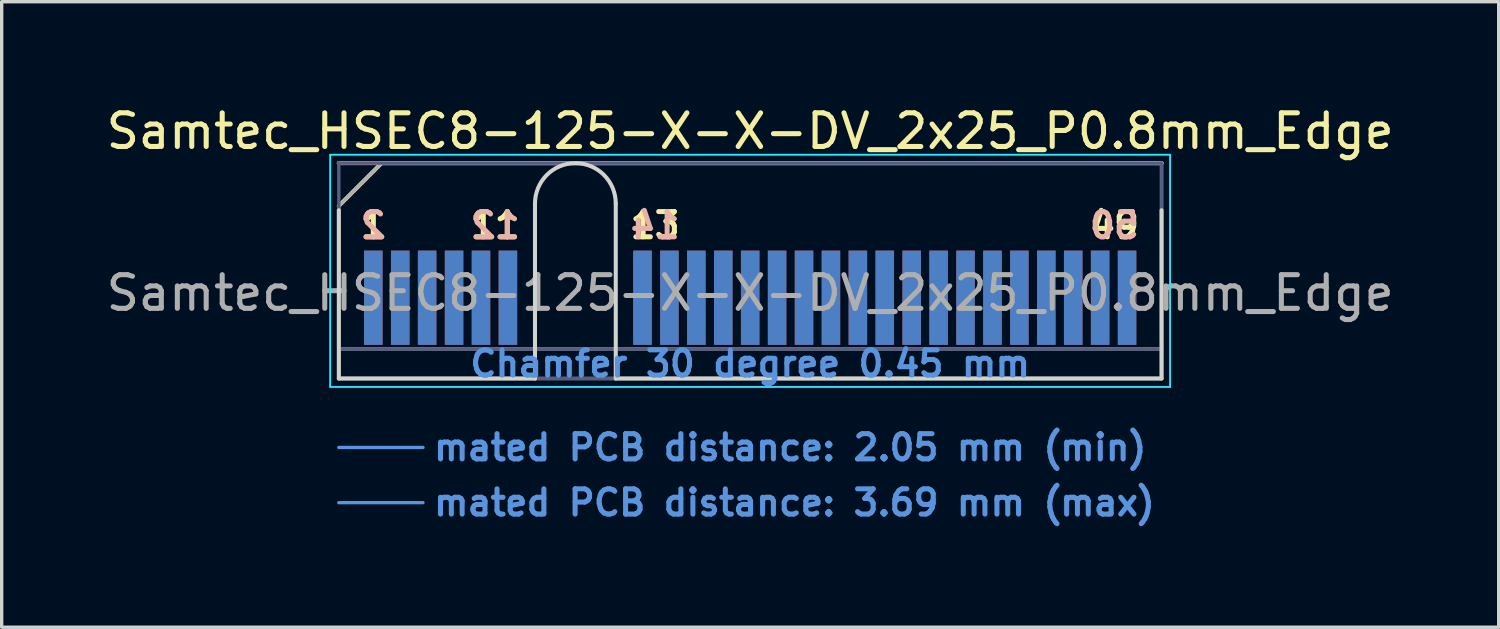
<source format=kicad_pcb>
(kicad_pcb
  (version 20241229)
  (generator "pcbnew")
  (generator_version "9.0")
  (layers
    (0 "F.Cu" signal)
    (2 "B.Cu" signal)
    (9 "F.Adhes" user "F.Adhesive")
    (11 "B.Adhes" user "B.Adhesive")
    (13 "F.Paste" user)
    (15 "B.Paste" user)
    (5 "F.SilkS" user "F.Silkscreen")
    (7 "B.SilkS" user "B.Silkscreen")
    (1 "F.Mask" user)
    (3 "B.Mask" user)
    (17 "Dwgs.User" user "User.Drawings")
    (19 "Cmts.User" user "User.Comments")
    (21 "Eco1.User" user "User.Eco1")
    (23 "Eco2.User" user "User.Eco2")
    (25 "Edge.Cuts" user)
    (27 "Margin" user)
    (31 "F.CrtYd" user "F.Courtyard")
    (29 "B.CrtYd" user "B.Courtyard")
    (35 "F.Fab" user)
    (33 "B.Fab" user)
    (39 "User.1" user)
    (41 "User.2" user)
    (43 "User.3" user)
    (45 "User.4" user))
  (footprint "Samtec_HSEC8-125-X-X-DV_2x25_P0.8mm_Edge"
    (layer "F.Cu")
    (at 19.244 8.198)
    (property "Reference" "Samtec_HSEC8-125-X-X-DV_2x25_P0.8mm_Edge" (at 0 -7.35 0) (layer "F.SilkS") (effects (font (size 1 1) (thickness 0.15))))
    (attr exclude_from_pos_files exclude_from_bom)
    (fp_line (start -12.225 -5.13) (end -10.955 -6.4) (stroke (width 0.12) (type solid)) (layer "F.SilkS"))
    (fp_line (start -10.955 -6.4) (end 12.225 -6.4) (stroke (width 0.12) (type solid)) (layer "F.SilkS"))
    (fp_line (start -12.225 -6.4) (end -12.225 -6.4) (stroke (width 0.12) (type solid)) (layer "B.SilkS"))
    (fp_line (start -12.225 -6.4) (end 12.225 -6.4) (stroke (width 0.12) (type solid)) (layer "B.SilkS"))
    (fp_line (start -12.225 2.05) (end -9.725 2.05) (stroke (width 0.1) (type solid)) (layer "Cmts.User"))
    (fp_line (start -12.225 3.69) (end -9.725 3.69) (stroke (width 0.1) (type solid)) (layer "Cmts.User"))
    (fp_line (start -12.225 -5) (end -12.225 0) (stroke (width 0.12) (type solid)) (layer "Edge.Cuts"))
    (fp_line (start -12.225 0) (end -6.395 0) (stroke (width 0.12) (type solid)) (layer "Edge.Cuts"))
    (fp_line (start -6.395 0) (end -6.395 -5.2) (stroke (width 0.12) (type solid)) (layer "Edge.Cuts"))
    (fp_line (start -3.995 -5.2) (end -3.995 0) (stroke (width 0.12) (type solid)) (layer "Edge.Cuts"))
    (fp_line (start -3.995 0) (end 12.225 0) (stroke (width 0.12) (type solid)) (layer "Edge.Cuts"))
    (fp_line (start 12.225 0) (end 12.225 -5) (stroke (width 0.12) (type solid)) (layer "Edge.Cuts"))
    (fp_arc (start -6.395 -5.2) (mid -5.195 -6.4) (end -3.995 -5.2) (stroke (width 0.12) (type solid)) (layer "Edge.Cuts"))
    (fp_line (start -12.48 -6.65) (end -12.48 0.25) (stroke (width 0.05) (type solid)) (layer "B.CrtYd"))
    (fp_line (start -12.48 0.25) (end 12.48 0.25) (stroke (width 0.05) (type solid)) (layer "B.CrtYd"))
    (fp_line (start 12.48 -6.65) (end -12.48 -6.65) (stroke (width 0.05) (type solid)) (layer "B.CrtYd"))
    (fp_line (start 12.48 0.25) (end 12.48 -6.65) (stroke (width 0.05) (type solid)) (layer "B.CrtYd"))
    (fp_line (start -12.48 -6.65) (end -12.48 0.25) (stroke (width 0.05) (type solid)) (layer "F.CrtYd"))
    (fp_line (start -12.48 0.25) (end 12.48 0.25) (stroke (width 0.05) (type solid)) (layer "F.CrtYd"))
    (fp_line (start 12.48 -6.65) (end -12.48 -6.65) (stroke (width 0.05) (type solid)) (layer "F.CrtYd"))
    (fp_line (start 12.48 0.25) (end 12.48 -6.65) (stroke (width 0.05) (type solid)) (layer "F.CrtYd"))
    (fp_line (start -12.225 -6.4) (end -12.225 -6.4) (stroke (width 0.1) (type solid)) (layer "B.Fab"))
    (fp_line (start -12.225 -6.4) (end -12.225 0) (stroke (width 0.1) (type solid)) (layer "B.Fab"))
    (fp_line (start -12.225 -6.4) (end 12.225 -6.4) (stroke (width 0.1) (type solid)) (layer "B.Fab"))
    (fp_line (start -12.225 -0.88) (end 12.225 -0.88) (stroke (width 0.1) (type solid)) (layer "B.Fab"))
    (fp_line (start -12.225 0) (end 12.225 0) (stroke (width 0.1) (type solid)) (layer "B.Fab"))
    (fp_line (start 12.225 -6.4) (end 12.225 0) (stroke (width 0.1) (type solid)) (layer "B.Fab"))
    (fp_line (start -12.225 -5.13) (end -12.225 0) (stroke (width 0.1) (type solid)) (layer "F.Fab"))
    (fp_line (start -12.225 -5.13) (end -10.955 -6.4) (stroke (width 0.1) (type solid)) (layer "F.Fab"))
    (fp_line (start -12.225 -0.88) (end 12.225 -0.88) (stroke (width 0.1) (type solid)) (layer "F.Fab"))
    (fp_line (start -12.225 0) (end 12.225 0) (stroke (width 0.1) (type solid)) (layer "F.Fab"))
    (fp_line (start -10.955 -6.4) (end 12.225 -6.4) (stroke (width 0.1) (type solid)) (layer "F.Fab"))
    (fp_line (start 12.225 -6.4) (end 12.225 0) (stroke (width 0.1) (type solid)) (layer "F.Fab"))
    (fp_text user "11" (at -7.575 -4.55 0) (layer "F.SilkS") (effects (font (size 0.75 0.75) (thickness 0.15))))
    (fp_text user "49" (at 10.825 -4.55 0) (layer "F.SilkS") (effects (font (size 0.75 0.75) (thickness 0.15))))
    (fp_text user "13" (at -2.825 -4.55 0) (layer "F.SilkS") (effects (font (size 0.75 0.75) (thickness 0.15))))
    (fp_text user "1" (at -11.2 -4.55 0) (layer "F.SilkS") (effects (font (size 0.75 0.75) (thickness 0.15))))
    (fp_text user "14" (at -2.825 -4.55 0) (layer "B.SilkS") (effects (font (size 0.75 0.75) (thickness 0.15)) (justify mirror)))
    (fp_text user "50" (at 10.825 -4.55 0) (layer "B.SilkS") (effects (font (size 0.75 0.75) (thickness 0.15)) (justify mirror)))
    (fp_text user "2" (at -11.2 -4.55 0) (layer "B.SilkS") (effects (font (size 0.75 0.75) (thickness 0.15)) (justify mirror)))
    (fp_text user "12" (at -7.575 -4.55 0) (layer "B.SilkS") (effects (font (size 0.75 0.75) (thickness 0.15)) (justify mirror)))
    (fp_text user "mated PCB distance: 3.69 mm (max)" (at -9.48 3.69 0) (layer "Cmts.User") (effects (font (size 0.75 0.75) (thickness 0.15)) (justify left)))
    (fp_text user "mated PCB distance: 2.05 mm (min)" (at -9.48 2.05 0) (layer "Cmts.User") (effects (font (size 0.75 0.75) (thickness 0.15)) (justify left)))
    (fp_text user "Chamfer 30 degree 0.45 mm" (at 0 -0.44 0) (layer "Cmts.User") (effects (font (size 0.75 0.75) (thickness 0.15))))
    (fp_text user "${REFERENCE}" (at 0 -2.54 0) (layer "F.Fab") (effects (font (size 1 1) (thickness 0.15))))
    (pad "1" connect rect (at -11.2 -2.4) (size 0.55 2.8) (layers "F.Cu" "F.Mask"))
    (pad "2" connect rect (at -11.2 -2.4) (size 0.55 2.8) (layers "B.Cu" "B.Mask"))
    (pad "3" connect rect (at -10.4 -2.4) (size 0.55 2.8) (layers "F.Cu" "F.Mask"))
    (pad "4" connect rect (at -10.4 -2.4) (size 0.55 2.8) (layers "B.Cu" "B.Mask"))
    (pad "5" connect rect (at -9.6 -2.4) (size 0.55 2.8) (layers "F.Cu" "F.Mask"))
    (pad "6" connect rect (at -9.6 -2.4) (size 0.55 2.8) (layers "B.Cu" "B.Mask"))
    (pad "7" connect rect (at -8.8 -2.4) (size 0.55 2.8) (layers "F.Cu" "F.Mask"))
    (pad "8" connect rect (at -8.8 -2.4) (size 0.55 2.8) (layers "B.Cu" "B.Mask"))
    (pad "9" connect rect (at -8 -2.4) (size 0.55 2.8) (layers "F.Cu" "F.Mask"))
    (pad "10" connect rect (at -8 -2.4) (size 0.55 2.8) (layers "B.Cu" "B.Mask"))
    (pad "11" connect rect (at -7.2 -2.4) (size 0.55 2.8) (layers "F.Cu" "F.Mask"))
    (pad "12" connect rect (at -7.2 -2.4) (size 0.55 2.8) (layers "B.Cu" "B.Mask"))
    (pad "13" connect rect (at -3.2 -2.4) (size 0.55 2.8) (layers "F.Cu" "F.Mask"))
    (pad "14" connect rect (at -3.2 -2.4) (size 0.55 2.8) (layers "B.Cu" "B.Mask"))
    (pad "15" connect rect (at -2.4 -2.4) (size 0.55 2.8) (layers "F.Cu" "F.Mask"))
    (pad "16" connect rect (at -2.4 -2.4) (size 0.55 2.8) (layers "B.Cu" "B.Mask"))
    (pad "17" connect rect (at -1.6 -2.4) (size 0.55 2.8) (layers "F.Cu" "F.Mask"))
    (pad "18" connect rect (at -1.6 -2.4) (size 0.55 2.8) (layers "B.Cu" "B.Mask"))
    (pad "19" connect rect (at -0.8 -2.4) (size 0.55 2.8) (layers "F.Cu" "F.Mask"))
    (pad "20" connect rect (at -0.8 -2.4) (size 0.55 2.8) (layers "B.Cu" "B.Mask"))
    (pad "21" connect rect (at 0 -2.4) (size 0.55 2.8) (layers "F.Cu" "F.Mask"))
    (pad "22" connect rect (at 0 -2.4) (size 0.55 2.8) (layers "B.Cu" "B.Mask"))
    (pad "23" connect rect (at 0.8 -2.4) (size 0.55 2.8) (layers "F.Cu" "F.Mask"))
    (pad "24" connect rect (at 0.8 -2.4) (size 0.55 2.8) (layers "B.Cu" "B.Mask"))
    (pad "25" connect rect (at 1.6 -2.4) (size 0.55 2.8) (layers "F.Cu" "F.Mask"))
    (pad "26" connect rect (at 1.6 -2.4) (size 0.55 2.8) (layers "B.Cu" "B.Mask"))
    (pad "27" connect rect (at 2.4 -2.4) (size 0.55 2.8) (layers "F.Cu" "F.Mask"))
    (pad "28" connect rect (at 2.4 -2.4) (size 0.55 2.8) (layers "B.Cu" "B.Mask"))
    (pad "29" connect rect (at 3.2 -2.4) (size 0.55 2.8) (layers "F.Cu" "F.Mask"))
    (pad "30" connect rect (at 3.2 -2.4) (size 0.55 2.8) (layers "B.Cu" "B.Mask"))
    (pad "31" connect rect (at 4 -2.4) (size 0.55 2.8) (layers "F.Cu" "F.Mask"))
    (pad "32" connect rect (at 4 -2.4) (size 0.55 2.8) (layers "B.Cu" "B.Mask"))
    (pad "33" connect rect (at 4.8 -2.4) (size 0.55 2.8) (layers "F.Cu" "F.Mask"))
    (pad "34" connect rect (at 4.8 -2.4) (size 0.55 2.8) (layers "B.Cu" "B.Mask"))
    (pad "35" connect rect (at 5.6 -2.4) (size 0.55 2.8) (layers "F.Cu" "F.Mask"))
    (pad "36" connect rect (at 5.6 -2.4) (size 0.55 2.8) (layers "B.Cu" "B.Mask"))
    (pad "37" connect rect (at 6.4 -2.4) (size 0.55 2.8) (layers "F.Cu" "F.Mask"))
    (pad "38" connect rect (at 6.4 -2.4) (size 0.55 2.8) (layers "B.Cu" "B.Mask"))
    (pad "39" connect rect (at 7.2 -2.4) (size 0.55 2.8) (layers "F.Cu" "F.Mask"))
    (pad "40" connect rect (at 7.2 -2.4) (size 0.55 2.8) (layers "B.Cu" "B.Mask"))
    (pad "41" connect rect (at 8 -2.4) (size 0.55 2.8) (layers "F.Cu" "F.Mask"))
    (pad "42" connect rect (at 8 -2.4) (size 0.55 2.8) (layers "B.Cu" "B.Mask"))
    (pad "43" connect rect (at 8.8 -2.4) (size 0.55 2.8) (layers "F.Cu" "F.Mask"))
    (pad "44" connect rect (at 8.8 -2.4) (size 0.55 2.8) (layers "B.Cu" "B.Mask"))
    (pad "45" connect rect (at 9.6 -2.4) (size 0.55 2.8) (layers "F.Cu" "F.Mask"))
    (pad "46" connect rect (at 9.6 -2.4) (size 0.55 2.8) (layers "B.Cu" "B.Mask"))
    (pad "47" connect rect (at 10.4 -2.4) (size 0.55 2.8) (layers "F.Cu" "F.Mask"))
    (pad "48" connect rect (at 10.4 -2.4) (size 0.55 2.8) (layers "B.Cu" "B.Mask"))
    (pad "49" connect rect (at 11.2 -2.4) (size 0.55 2.8) (layers "F.Cu" "F.Mask"))
    (pad "50" connect rect (at 11.2 -2.4) (size 0.55 2.8) (layers "B.Cu" "B.Mask")))
  (gr_rect
    (start -3 -3)
    (end 41.488 15.59)
    (stroke (width 0.1) (type default))
    (fill no)
    (layer "Edge.Cuts")))
</source>
